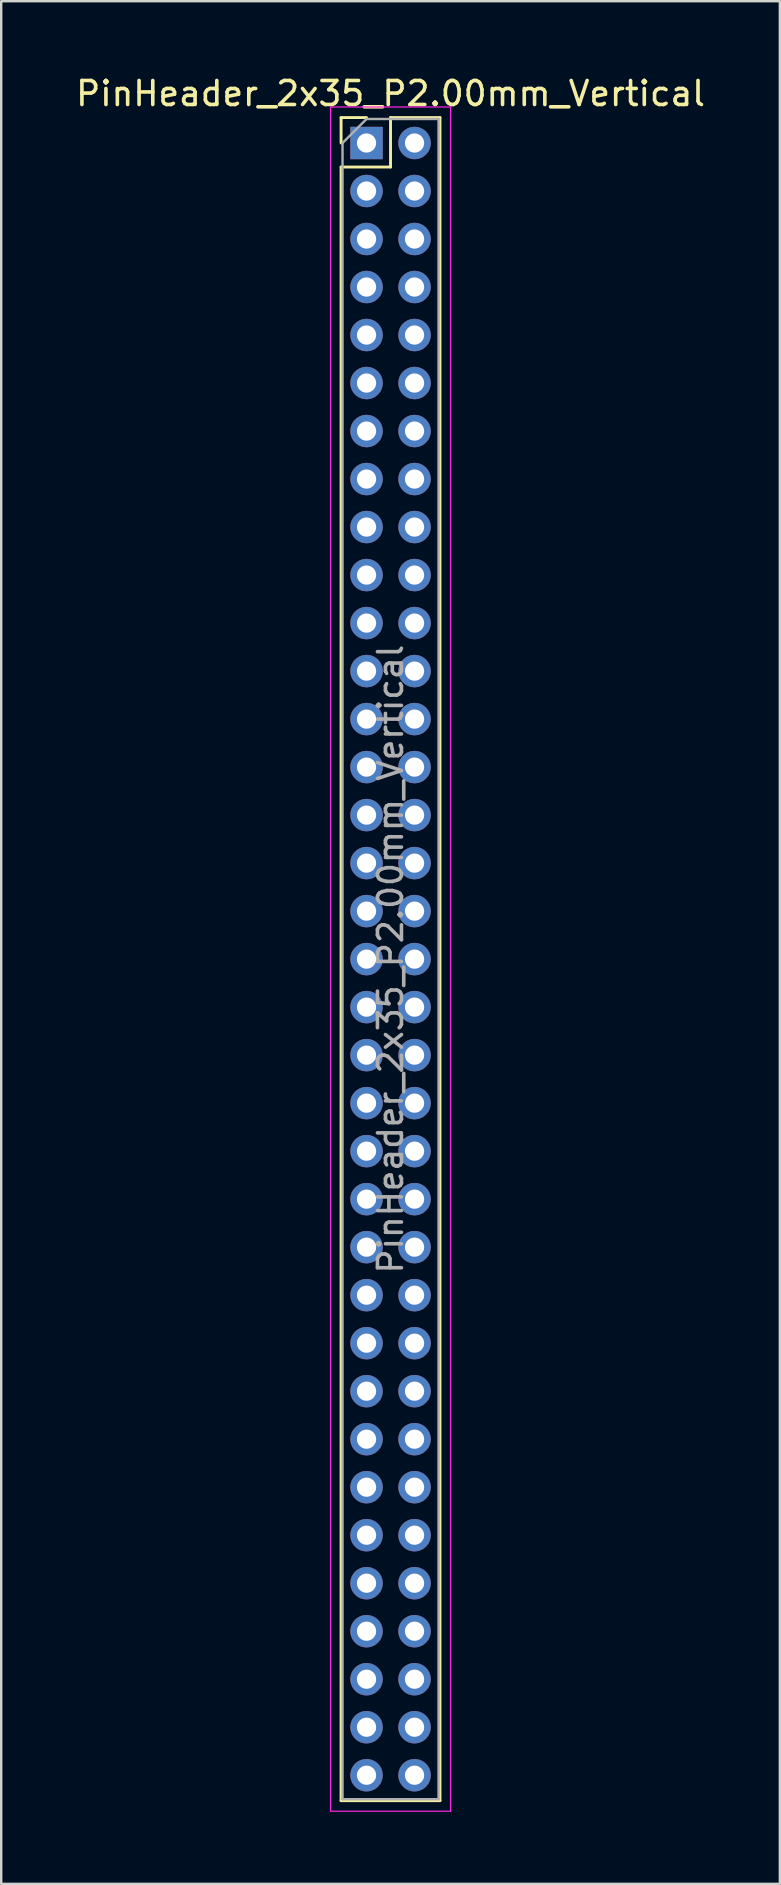
<source format=kicad_pcb>
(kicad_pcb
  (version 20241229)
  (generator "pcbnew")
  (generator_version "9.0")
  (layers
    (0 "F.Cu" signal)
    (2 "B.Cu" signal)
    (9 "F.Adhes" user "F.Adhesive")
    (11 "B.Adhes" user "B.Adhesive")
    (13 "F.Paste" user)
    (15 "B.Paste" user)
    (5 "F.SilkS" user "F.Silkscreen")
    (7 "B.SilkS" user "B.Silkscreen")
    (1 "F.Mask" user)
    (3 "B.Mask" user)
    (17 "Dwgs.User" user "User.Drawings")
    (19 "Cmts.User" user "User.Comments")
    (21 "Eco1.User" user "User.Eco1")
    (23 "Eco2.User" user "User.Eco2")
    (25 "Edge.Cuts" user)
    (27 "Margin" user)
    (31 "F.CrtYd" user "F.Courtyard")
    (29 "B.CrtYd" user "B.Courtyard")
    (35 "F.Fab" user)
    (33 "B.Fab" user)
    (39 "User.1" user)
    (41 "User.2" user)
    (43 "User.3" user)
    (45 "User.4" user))
  (footprint "PinHeader_2x35_P2.00mm_Vertical"
    (layer "F.Cu")
    (at 12.22 2.908)
    (property "Reference" "PinHeader_2x35_P2.00mm_Vertical" (at 1 -2.06 0) (layer "F.SilkS") (effects (font (size 1 1) (thickness 0.15))))
    (attr through_hole)
    (fp_line (start -1.06 -1.06) (end 0 -1.06) (stroke (width 0.12) (type solid)) (layer "F.SilkS"))
    (fp_line (start -1.06 0) (end -1.06 -1.06) (stroke (width 0.12) (type solid)) (layer "F.SilkS"))
    (fp_line (start -1.06 1) (end -1.06 69.06) (stroke (width 0.12) (type solid)) (layer "F.SilkS"))
    (fp_line (start -1.06 1) (end 1 1) (stroke (width 0.12) (type solid)) (layer "F.SilkS"))
    (fp_line (start -1.06 69.06) (end 3.06 69.06) (stroke (width 0.12) (type solid)) (layer "F.SilkS"))
    (fp_line (start 1 -1.06) (end 3.06 -1.06) (stroke (width 0.12) (type solid)) (layer "F.SilkS"))
    (fp_line (start 1 1) (end 1 -1.06) (stroke (width 0.12) (type solid)) (layer "F.SilkS"))
    (fp_line (start 3.06 -1.06) (end 3.06 69.06) (stroke (width 0.12) (type solid)) (layer "F.SilkS"))
    (fp_line (start -1.5 -1.5) (end -1.5 69.5) (stroke (width 0.05) (type solid)) (layer "F.CrtYd"))
    (fp_line (start -1.5 69.5) (end 3.5 69.5) (stroke (width 0.05) (type solid)) (layer "F.CrtYd"))
    (fp_line (start 3.5 -1.5) (end -1.5 -1.5) (stroke (width 0.05) (type solid)) (layer "F.CrtYd"))
    (fp_line (start 3.5 69.5) (end 3.5 -1.5) (stroke (width 0.05) (type solid)) (layer "F.CrtYd"))
    (fp_line (start -1 0) (end 0 -1) (stroke (width 0.1) (type solid)) (layer "F.Fab"))
    (fp_line (start -1 69) (end -1 0) (stroke (width 0.1) (type solid)) (layer "F.Fab"))
    (fp_line (start 0 -1) (end 3 -1) (stroke (width 0.1) (type solid)) (layer "F.Fab"))
    (fp_line (start 3 -1) (end 3 69) (stroke (width 0.1) (type solid)) (layer "F.Fab"))
    (fp_line (start 3 69) (end -1 69) (stroke (width 0.1) (type solid)) (layer "F.Fab"))
    (fp_text user "${REFERENCE}" (at 1 34 90) (layer "F.Fab") (effects (font (size 1 1) (thickness 0.15))))
    (pad "1" thru_hole rect (at 0 0) (size 1.35 1.35) (drill 0.8) (layers "*.Cu" "*.Mask"))
    (pad "2" thru_hole oval (at 2 0) (size 1.35 1.35) (drill 0.8) (layers "*.Cu" "*.Mask"))
    (pad "3" thru_hole oval (at 0 2) (size 1.35 1.35) (drill 0.8) (layers "*.Cu" "*.Mask"))
    (pad "4" thru_hole oval (at 2 2) (size 1.35 1.35) (drill 0.8) (layers "*.Cu" "*.Mask"))
    (pad "5" thru_hole oval (at 0 4) (size 1.35 1.35) (drill 0.8) (layers "*.Cu" "*.Mask"))
    (pad "6" thru_hole oval (at 2 4) (size 1.35 1.35) (drill 0.8) (layers "*.Cu" "*.Mask"))
    (pad "7" thru_hole oval (at 0 6) (size 1.35 1.35) (drill 0.8) (layers "*.Cu" "*.Mask"))
    (pad "8" thru_hole oval (at 2 6) (size 1.35 1.35) (drill 0.8) (layers "*.Cu" "*.Mask"))
    (pad "9" thru_hole oval (at 0 8) (size 1.35 1.35) (drill 0.8) (layers "*.Cu" "*.Mask"))
    (pad "10" thru_hole oval (at 2 8) (size 1.35 1.35) (drill 0.8) (layers "*.Cu" "*.Mask"))
    (pad "11" thru_hole oval (at 0 10) (size 1.35 1.35) (drill 0.8) (layers "*.Cu" "*.Mask"))
    (pad "12" thru_hole oval (at 2 10) (size 1.35 1.35) (drill 0.8) (layers "*.Cu" "*.Mask"))
    (pad "13" thru_hole oval (at 0 12) (size 1.35 1.35) (drill 0.8) (layers "*.Cu" "*.Mask"))
    (pad "14" thru_hole oval (at 2 12) (size 1.35 1.35) (drill 0.8) (layers "*.Cu" "*.Mask"))
    (pad "15" thru_hole oval (at 0 14) (size 1.35 1.35) (drill 0.8) (layers "*.Cu" "*.Mask"))
    (pad "16" thru_hole oval (at 2 14) (size 1.35 1.35) (drill 0.8) (layers "*.Cu" "*.Mask"))
    (pad "17" thru_hole oval (at 0 16) (size 1.35 1.35) (drill 0.8) (layers "*.Cu" "*.Mask"))
    (pad "18" thru_hole oval (at 2 16) (size 1.35 1.35) (drill 0.8) (layers "*.Cu" "*.Mask"))
    (pad "19" thru_hole oval (at 0 18) (size 1.35 1.35) (drill 0.8) (layers "*.Cu" "*.Mask"))
    (pad "20" thru_hole oval (at 2 18) (size 1.35 1.35) (drill 0.8) (layers "*.Cu" "*.Mask"))
    (pad "21" thru_hole oval (at 0 20) (size 1.35 1.35) (drill 0.8) (layers "*.Cu" "*.Mask"))
    (pad "22" thru_hole oval (at 2 20) (size 1.35 1.35) (drill 0.8) (layers "*.Cu" "*.Mask"))
    (pad "23" thru_hole oval (at 0 22) (size 1.35 1.35) (drill 0.8) (layers "*.Cu" "*.Mask"))
    (pad "24" thru_hole oval (at 2 22) (size 1.35 1.35) (drill 0.8) (layers "*.Cu" "*.Mask"))
    (pad "25" thru_hole oval (at 0 24) (size 1.35 1.35) (drill 0.8) (layers "*.Cu" "*.Mask"))
    (pad "26" thru_hole oval (at 2 24) (size 1.35 1.35) (drill 0.8) (layers "*.Cu" "*.Mask"))
    (pad "27" thru_hole oval (at 0 26) (size 1.35 1.35) (drill 0.8) (layers "*.Cu" "*.Mask"))
    (pad "28" thru_hole oval (at 2 26) (size 1.35 1.35) (drill 0.8) (layers "*.Cu" "*.Mask"))
    (pad "29" thru_hole oval (at 0 28) (size 1.35 1.35) (drill 0.8) (layers "*.Cu" "*.Mask"))
    (pad "30" thru_hole oval (at 2 28) (size 1.35 1.35) (drill 0.8) (layers "*.Cu" "*.Mask"))
    (pad "31" thru_hole oval (at 0 30) (size 1.35 1.35) (drill 0.8) (layers "*.Cu" "*.Mask"))
    (pad "32" thru_hole oval (at 2 30) (size 1.35 1.35) (drill 0.8) (layers "*.Cu" "*.Mask"))
    (pad "33" thru_hole oval (at 0 32) (size 1.35 1.35) (drill 0.8) (layers "*.Cu" "*.Mask"))
    (pad "34" thru_hole oval (at 2 32) (size 1.35 1.35) (drill 0.8) (layers "*.Cu" "*.Mask"))
    (pad "35" thru_hole oval (at 0 34) (size 1.35 1.35) (drill 0.8) (layers "*.Cu" "*.Mask"))
    (pad "36" thru_hole oval (at 2 34) (size 1.35 1.35) (drill 0.8) (layers "*.Cu" "*.Mask"))
    (pad "37" thru_hole oval (at 0 36) (size 1.35 1.35) (drill 0.8) (layers "*.Cu" "*.Mask"))
    (pad "38" thru_hole oval (at 2 36) (size 1.35 1.35) (drill 0.8) (layers "*.Cu" "*.Mask"))
    (pad "39" thru_hole oval (at 0 38) (size 1.35 1.35) (drill 0.8) (layers "*.Cu" "*.Mask"))
    (pad "40" thru_hole oval (at 2 38) (size 1.35 1.35) (drill 0.8) (layers "*.Cu" "*.Mask"))
    (pad "41" thru_hole oval (at 0 40) (size 1.35 1.35) (drill 0.8) (layers "*.Cu" "*.Mask"))
    (pad "42" thru_hole oval (at 2 40) (size 1.35 1.35) (drill 0.8) (layers "*.Cu" "*.Mask"))
    (pad "43" thru_hole oval (at 0 42) (size 1.35 1.35) (drill 0.8) (layers "*.Cu" "*.Mask"))
    (pad "44" thru_hole oval (at 2 42) (size 1.35 1.35) (drill 0.8) (layers "*.Cu" "*.Mask"))
    (pad "45" thru_hole oval (at 0 44) (size 1.35 1.35) (drill 0.8) (layers "*.Cu" "*.Mask"))
    (pad "46" thru_hole oval (at 2 44) (size 1.35 1.35) (drill 0.8) (layers "*.Cu" "*.Mask"))
    (pad "47" thru_hole oval (at 0 46) (size 1.35 1.35) (drill 0.8) (layers "*.Cu" "*.Mask"))
    (pad "48" thru_hole oval (at 2 46) (size 1.35 1.35) (drill 0.8) (layers "*.Cu" "*.Mask"))
    (pad "49" thru_hole oval (at 0 48) (size 1.35 1.35) (drill 0.8) (layers "*.Cu" "*.Mask"))
    (pad "50" thru_hole oval (at 2 48) (size 1.35 1.35) (drill 0.8) (layers "*.Cu" "*.Mask"))
    (pad "51" thru_hole oval (at 0 50) (size 1.35 1.35) (drill 0.8) (layers "*.Cu" "*.Mask"))
    (pad "52" thru_hole oval (at 2 50) (size 1.35 1.35) (drill 0.8) (layers "*.Cu" "*.Mask"))
    (pad "53" thru_hole oval (at 0 52) (size 1.35 1.35) (drill 0.8) (layers "*.Cu" "*.Mask"))
    (pad "54" thru_hole oval (at 2 52) (size 1.35 1.35) (drill 0.8) (layers "*.Cu" "*.Mask"))
    (pad "55" thru_hole oval (at 0 54) (size 1.35 1.35) (drill 0.8) (layers "*.Cu" "*.Mask"))
    (pad "56" thru_hole oval (at 2 54) (size 1.35 1.35) (drill 0.8) (layers "*.Cu" "*.Mask"))
    (pad "57" thru_hole oval (at 0 56) (size 1.35 1.35) (drill 0.8) (layers "*.Cu" "*.Mask"))
    (pad "58" thru_hole oval (at 2 56) (size 1.35 1.35) (drill 0.8) (layers "*.Cu" "*.Mask"))
    (pad "59" thru_hole oval (at 0 58) (size 1.35 1.35) (drill 0.8) (layers "*.Cu" "*.Mask"))
    (pad "60" thru_hole oval (at 2 58) (size 1.35 1.35) (drill 0.8) (layers "*.Cu" "*.Mask"))
    (pad "61" thru_hole oval (at 0 60) (size 1.35 1.35) (drill 0.8) (layers "*.Cu" "*.Mask"))
    (pad "62" thru_hole oval (at 2 60) (size 1.35 1.35) (drill 0.8) (layers "*.Cu" "*.Mask"))
    (pad "63" thru_hole oval (at 0 62) (size 1.35 1.35) (drill 0.8) (layers "*.Cu" "*.Mask"))
    (pad "64" thru_hole oval (at 2 62) (size 1.35 1.35) (drill 0.8) (layers "*.Cu" "*.Mask"))
    (pad "65" thru_hole oval (at 0 64) (size 1.35 1.35) (drill 0.8) (layers "*.Cu" "*.Mask"))
    (pad "66" thru_hole oval (at 2 64) (size 1.35 1.35) (drill 0.8) (layers "*.Cu" "*.Mask"))
    (pad "67" thru_hole oval (at 0 66) (size 1.35 1.35) (drill 0.8) (layers "*.Cu" "*.Mask"))
    (pad "68" thru_hole oval (at 2 66) (size 1.35 1.35) (drill 0.8) (layers "*.Cu" "*.Mask"))
    (pad "69" thru_hole oval (at 0 68) (size 1.35 1.35) (drill 0.8) (layers "*.Cu" "*.Mask"))
    (pad "70" thru_hole oval (at 2 68) (size 1.35 1.35) (drill 0.8) (layers "*.Cu" "*.Mask")))
  (gr_rect
    (start -3 -3)
    (end 29.44 75.433)
    (stroke (width 0.1) (type default))
    (fill no)
    (layer "Edge.Cuts")))
</source>
